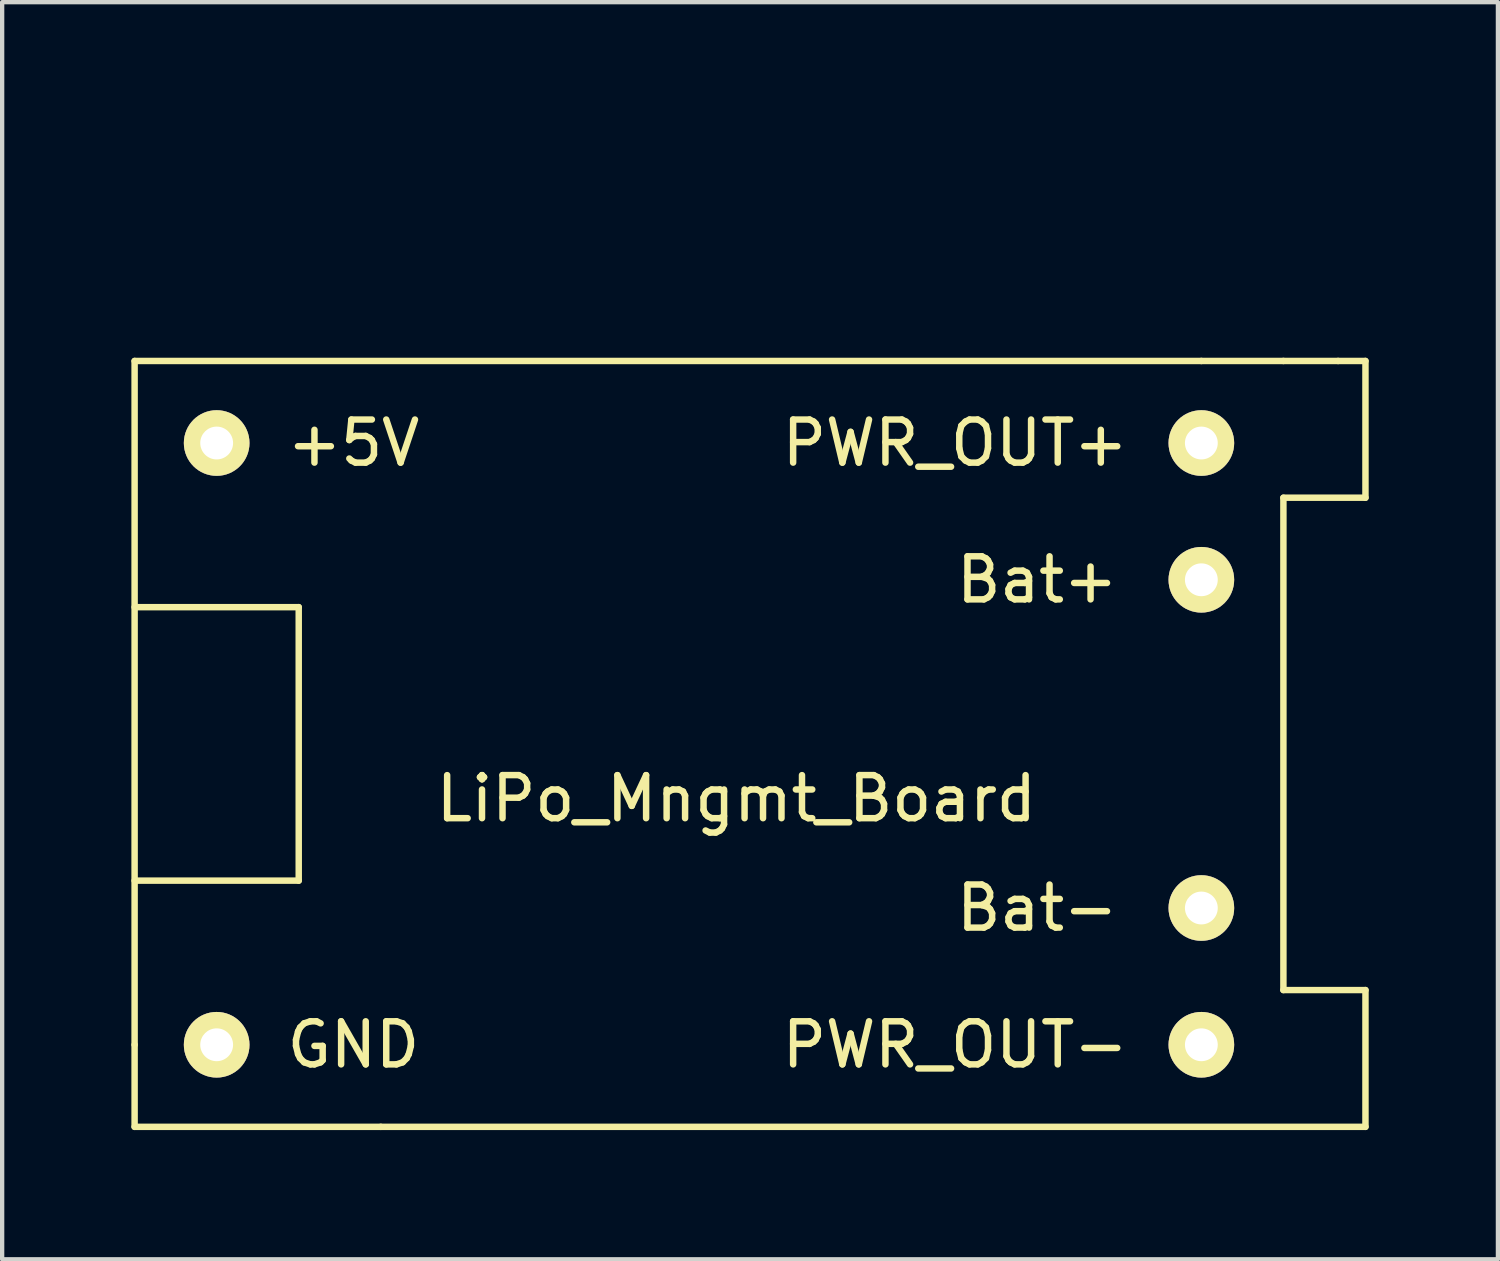
<source format=kicad_pcb>
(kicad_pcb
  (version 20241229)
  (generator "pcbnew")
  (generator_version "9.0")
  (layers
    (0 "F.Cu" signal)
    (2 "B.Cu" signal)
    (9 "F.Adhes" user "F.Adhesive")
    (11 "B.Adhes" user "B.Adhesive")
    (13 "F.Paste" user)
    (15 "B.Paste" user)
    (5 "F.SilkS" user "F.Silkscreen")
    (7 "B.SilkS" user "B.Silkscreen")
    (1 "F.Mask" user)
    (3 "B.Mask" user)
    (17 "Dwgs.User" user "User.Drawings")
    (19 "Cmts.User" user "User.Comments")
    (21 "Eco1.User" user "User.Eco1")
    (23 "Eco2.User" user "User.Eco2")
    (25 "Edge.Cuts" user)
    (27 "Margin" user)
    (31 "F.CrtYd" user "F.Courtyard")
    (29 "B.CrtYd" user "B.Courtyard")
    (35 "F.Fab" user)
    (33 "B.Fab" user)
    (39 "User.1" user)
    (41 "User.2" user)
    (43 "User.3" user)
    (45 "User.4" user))
  (footprint "LiPo_Mngmt_Board"
    (layer "F.Cu")
    (at 17.22 0.25)
    (property "Reference" "LiPo_Mngmt_Board" (at -3.175 15.24 0) (layer "F.SilkS") (effects (font (size 1 1) (thickness 0.15))))
    (attr through_hole)
    (fp_line (start -17.145 5.08) (end 7.62 5.08) (stroke (width 0.15) (type solid)) (layer "F.SilkS"))
    (fp_line (start -17.145 10.795) (end -13.335 10.795) (stroke (width 0.15) (type solid)) (layer "F.SilkS"))
    (fp_line (start -17.145 20.955) (end -17.145 5.08) (stroke (width 0.15) (type solid)) (layer "F.SilkS"))
    (fp_line (start -17.145 20.955) (end -17.145 22.86) (stroke (width 0.15) (type solid)) (layer "F.SilkS"))
    (fp_line (start -17.145 22.86) (end -11.43 22.86) (stroke (width 0.15) (type solid)) (layer "F.SilkS"))
    (fp_line (start -13.335 10.795) (end -13.335 17.145) (stroke (width 0.15) (type solid)) (layer "F.SilkS"))
    (fp_line (start -13.335 17.145) (end -17.145 17.145) (stroke (width 0.15) (type solid)) (layer "F.SilkS"))
    (fp_line (start 7.62 5.08) (end 9.525 5.08) (stroke (width 0.15) (type solid)) (layer "F.SilkS"))
    (fp_line (start 9.525 5.08) (end 10.795 5.08) (stroke (width 0.15) (type solid)) (layer "F.SilkS"))
    (fp_line (start 9.525 8.255) (end 9.525 19.685) (stroke (width 0.15) (type solid)) (layer "F.SilkS"))
    (fp_line (start 9.525 19.685) (end 11.43 19.685) (stroke (width 0.15) (type solid)) (layer "F.SilkS"))
    (fp_line (start 10.795 5.08) (end 11.43 5.08) (stroke (width 0.15) (type solid)) (layer "F.SilkS"))
    (fp_line (start 11.43 5.08) (end 11.43 8.255) (stroke (width 0.15) (type solid)) (layer "F.SilkS"))
    (fp_line (start 11.43 8.255) (end 9.525 8.255) (stroke (width 0.15) (type solid)) (layer "F.SilkS"))
    (fp_line (start 11.43 19.685) (end 11.43 22.86) (stroke (width 0.15) (type solid)) (layer "F.SilkS"))
    (fp_line (start 11.43 22.86) (end -11.43 22.86) (stroke (width 0.15) (type solid)) (layer "F.SilkS"))
    (fp_text user "+5V" (at -12.065 6.985 0) (layer "F.SilkS") (effects (font (size 1 1) (thickness 0.15))))
    (fp_text user "PWR_OUT-" (at 1.905 20.955 0) (layer "F.SilkS") (effects (font (size 1 1) (thickness 0.15))))
    (fp_text user "PWR_OUT+" (at 1.905 6.985 0) (layer "F.SilkS") (effects (font (size 1 1) (thickness 0.15))))
    (fp_text user "Bat-" (at 3.81 17.78 0) (layer "F.SilkS") (effects (font (size 1 1) (thickness 0.15))))
    (fp_text user "GND" (at -12.065 20.955 0) (layer "F.SilkS") (effects (font (size 1 1) (thickness 0.15))))
    (fp_text user "Bat+" (at 3.81 10.16 0) (layer "F.SilkS") (effects (font (size 1 1) (thickness 0.15))))
    (pad "1" thru_hole circle (at 7.62 10.16) (size 1.524 1.524) (drill 0.762) (layers "*.Cu" "*.Mask" "F.SilkS"))
    (pad "2" thru_hole circle (at 7.62 17.78) (size 1.524 1.524) (drill 0.762) (layers "*.Cu" "*.Mask" "F.SilkS"))
    (pad "3" thru_hole circle (at 7.62 20.955) (size 1.524 1.524) (drill 0.762) (layers "*.Cu" "*.Mask" "F.SilkS"))
    (pad "4" thru_hole circle (at 7.62 6.985) (size 1.524 1.524) (drill 0.762) (layers "*.Cu" "*.Mask" "F.SilkS"))
    (pad "5" thru_hole circle (at -15.24 20.955) (size 1.524 1.524) (drill 0.762) (layers "*.Cu" "*.Mask" "F.SilkS"))
    (pad "6" thru_hole circle (at -15.24 6.985) (size 1.524 1.524) (drill 0.762) (layers "*.Cu" "*.Mask" "F.SilkS")))
  (gr_rect
    (start -3 -3)
    (end 31.725 26.185)
    (stroke (width 0.1) (type default))
    (fill no)
    (layer "Edge.Cuts")))
</source>
